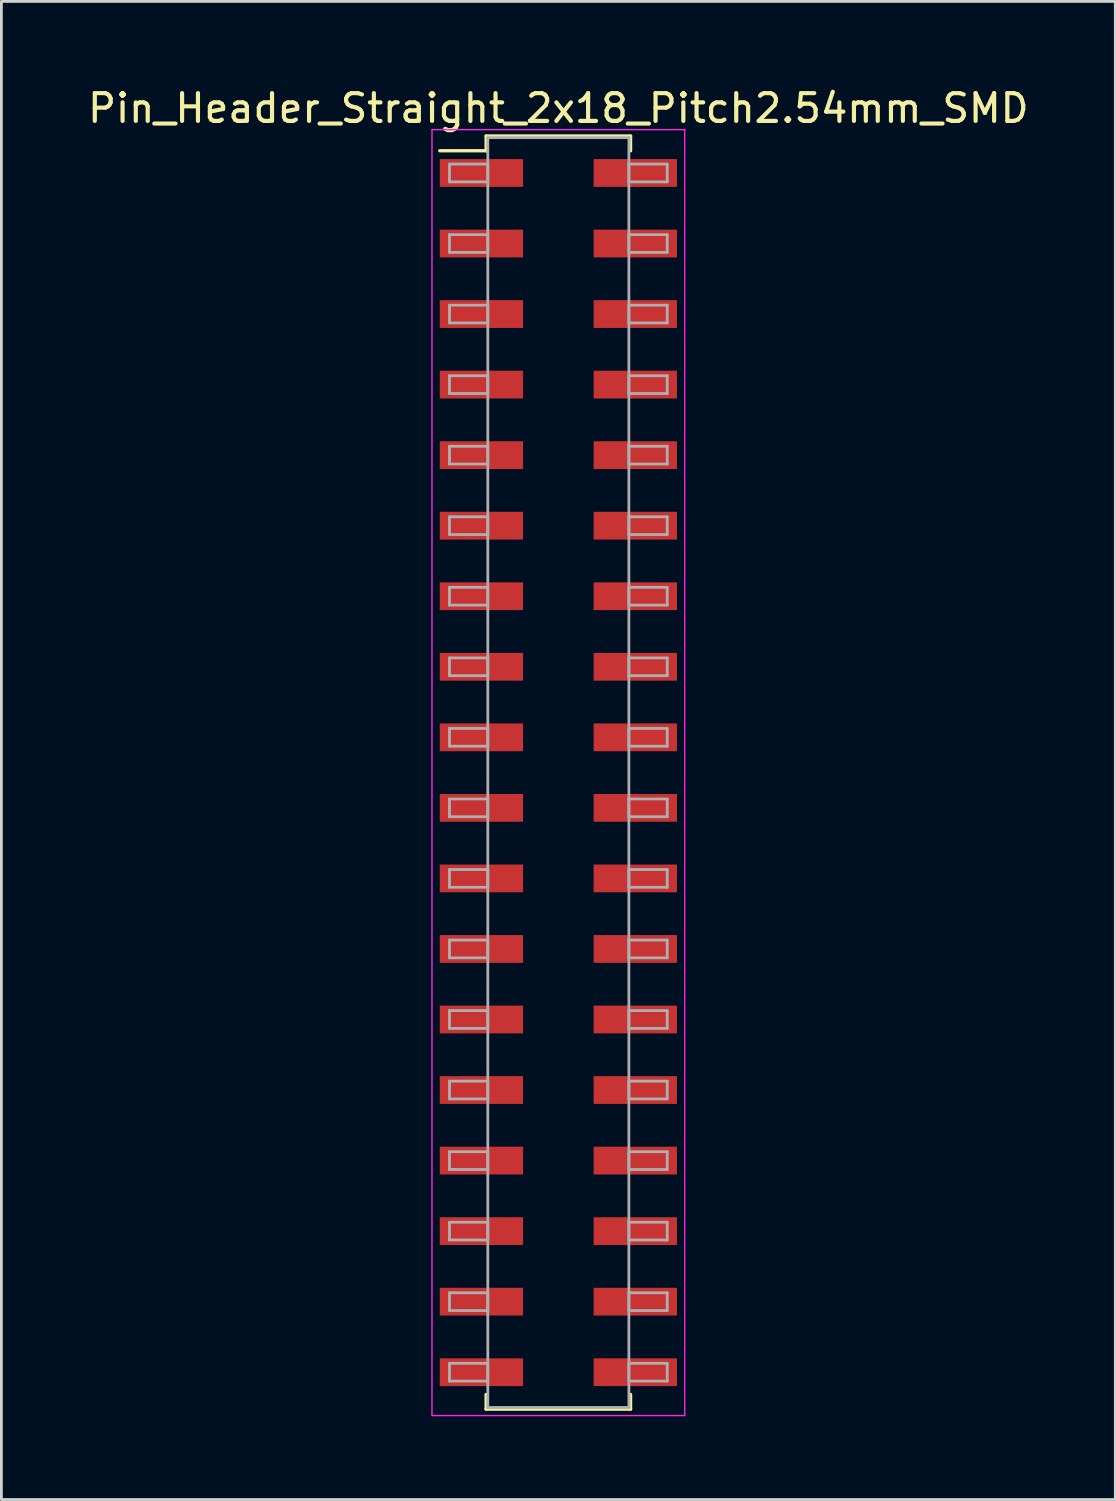
<source format=kicad_pcb>
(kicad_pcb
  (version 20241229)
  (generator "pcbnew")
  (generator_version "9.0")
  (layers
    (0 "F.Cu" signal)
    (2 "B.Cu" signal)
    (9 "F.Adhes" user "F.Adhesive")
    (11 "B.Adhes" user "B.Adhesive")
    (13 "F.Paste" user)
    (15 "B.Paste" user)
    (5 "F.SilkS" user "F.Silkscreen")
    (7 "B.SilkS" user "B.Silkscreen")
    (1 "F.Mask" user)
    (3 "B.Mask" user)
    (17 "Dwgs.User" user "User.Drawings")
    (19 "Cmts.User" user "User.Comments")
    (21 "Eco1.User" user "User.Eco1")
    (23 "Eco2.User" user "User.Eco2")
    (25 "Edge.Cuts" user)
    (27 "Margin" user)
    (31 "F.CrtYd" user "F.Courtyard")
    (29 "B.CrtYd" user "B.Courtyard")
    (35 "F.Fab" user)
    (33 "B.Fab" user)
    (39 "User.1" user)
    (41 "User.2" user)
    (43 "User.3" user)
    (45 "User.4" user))
  (footprint "Pin_Header_Straight_2x18_Pitch2.54mm_SMD"
    (layer "F.Cu")
    (at 17.054 24.768)
    (property "Reference" "Pin_Header_Straight_2x18_Pitch2.54mm_SMD" (at 0 -23.92 0) (layer "F.SilkS") (effects (font (size 1 1) (thickness 0.15))))
    (attr smd)
    (fp_line (start -4.27 -22.39) (end -2.6 -22.39) (stroke (width 0.12) (type solid)) (layer "F.SilkS"))
    (fp_line (start -2.6 -22.92) (end 2.6 -22.92) (stroke (width 0.12) (type solid)) (layer "F.SilkS"))
    (fp_line (start -2.6 -22.39) (end -2.6 -22.92) (stroke (width 0.12) (type solid)) (layer "F.SilkS"))
    (fp_line (start -2.6 22.39) (end -2.6 22.92) (stroke (width 0.12) (type solid)) (layer "F.SilkS"))
    (fp_line (start -2.6 22.92) (end 2.6 22.92) (stroke (width 0.12) (type solid)) (layer "F.SilkS"))
    (fp_line (start 2.6 -22.92) (end 2.6 -22.39) (stroke (width 0.12) (type solid)) (layer "F.SilkS"))
    (fp_line (start 2.6 22.92) (end 2.6 22.39) (stroke (width 0.12) (type solid)) (layer "F.SilkS"))
    (fp_line (start -4.55 -23.15) (end -4.55 23.15) (stroke (width 0.05) (type solid)) (layer "F.CrtYd"))
    (fp_line (start -4.55 23.15) (end 4.55 23.15) (stroke (width 0.05) (type solid)) (layer "F.CrtYd"))
    (fp_line (start 4.55 -23.15) (end -4.55 -23.15) (stroke (width 0.05) (type solid)) (layer "F.CrtYd"))
    (fp_line (start 4.55 23.15) (end 4.55 -23.15) (stroke (width 0.05) (type solid)) (layer "F.CrtYd"))
    (fp_line (start -3.92 -21.91) (end -2.54 -21.91) (stroke (width 0.1) (type solid)) (layer "F.Fab"))
    (fp_line (start -3.92 -21.27) (end -3.92 -21.91) (stroke (width 0.1) (type solid)) (layer "F.Fab"))
    (fp_line (start -3.92 -19.37) (end -2.54 -19.37) (stroke (width 0.1) (type solid)) (layer "F.Fab"))
    (fp_line (start -3.92 -18.73) (end -3.92 -19.37) (stroke (width 0.1) (type solid)) (layer "F.Fab"))
    (fp_line (start -3.92 -16.83) (end -2.54 -16.83) (stroke (width 0.1) (type solid)) (layer "F.Fab"))
    (fp_line (start -3.92 -16.19) (end -3.92 -16.83) (stroke (width 0.1) (type solid)) (layer "F.Fab"))
    (fp_line (start -3.92 -14.29) (end -2.54 -14.29) (stroke (width 0.1) (type solid)) (layer "F.Fab"))
    (fp_line (start -3.92 -13.65) (end -3.92 -14.29) (stroke (width 0.1) (type solid)) (layer "F.Fab"))
    (fp_line (start -3.92 -11.75) (end -2.54 -11.75) (stroke (width 0.1) (type solid)) (layer "F.Fab"))
    (fp_line (start -3.92 -11.11) (end -3.92 -11.75) (stroke (width 0.1) (type solid)) (layer "F.Fab"))
    (fp_line (start -3.92 -9.21) (end -2.54 -9.21) (stroke (width 0.1) (type solid)) (layer "F.Fab"))
    (fp_line (start -3.92 -8.57) (end -3.92 -9.21) (stroke (width 0.1) (type solid)) (layer "F.Fab"))
    (fp_line (start -3.92 -6.67) (end -2.54 -6.67) (stroke (width 0.1) (type solid)) (layer "F.Fab"))
    (fp_line (start -3.92 -6.03) (end -3.92 -6.67) (stroke (width 0.1) (type solid)) (layer "F.Fab"))
    (fp_line (start -3.92 -4.13) (end -2.54 -4.13) (stroke (width 0.1) (type solid)) (layer "F.Fab"))
    (fp_line (start -3.92 -3.49) (end -3.92 -4.13) (stroke (width 0.1) (type solid)) (layer "F.Fab"))
    (fp_line (start -3.92 -1.59) (end -2.54 -1.59) (stroke (width 0.1) (type solid)) (layer "F.Fab"))
    (fp_line (start -3.92 -0.95) (end -3.92 -1.59) (stroke (width 0.1) (type solid)) (layer "F.Fab"))
    (fp_line (start -3.92 0.95) (end -2.54 0.95) (stroke (width 0.1) (type solid)) (layer "F.Fab"))
    (fp_line (start -3.92 1.59) (end -3.92 0.95) (stroke (width 0.1) (type solid)) (layer "F.Fab"))
    (fp_line (start -3.92 3.49) (end -2.54 3.49) (stroke (width 0.1) (type solid)) (layer "F.Fab"))
    (fp_line (start -3.92 4.13) (end -3.92 3.49) (stroke (width 0.1) (type solid)) (layer "F.Fab"))
    (fp_line (start -3.92 6.03) (end -2.54 6.03) (stroke (width 0.1) (type solid)) (layer "F.Fab"))
    (fp_line (start -3.92 6.67) (end -3.92 6.03) (stroke (width 0.1) (type solid)) (layer "F.Fab"))
    (fp_line (start -3.92 8.57) (end -2.54 8.57) (stroke (width 0.1) (type solid)) (layer "F.Fab"))
    (fp_line (start -3.92 9.21) (end -3.92 8.57) (stroke (width 0.1) (type solid)) (layer "F.Fab"))
    (fp_line (start -3.92 11.11) (end -2.54 11.11) (stroke (width 0.1) (type solid)) (layer "F.Fab"))
    (fp_line (start -3.92 11.75) (end -3.92 11.11) (stroke (width 0.1) (type solid)) (layer "F.Fab"))
    (fp_line (start -3.92 13.65) (end -2.54 13.65) (stroke (width 0.1) (type solid)) (layer "F.Fab"))
    (fp_line (start -3.92 14.29) (end -3.92 13.65) (stroke (width 0.1) (type solid)) (layer "F.Fab"))
    (fp_line (start -3.92 16.19) (end -2.54 16.19) (stroke (width 0.1) (type solid)) (layer "F.Fab"))
    (fp_line (start -3.92 16.83) (end -3.92 16.19) (stroke (width 0.1) (type solid)) (layer "F.Fab"))
    (fp_line (start -3.92 18.73) (end -2.54 18.73) (stroke (width 0.1) (type solid)) (layer "F.Fab"))
    (fp_line (start -3.92 19.37) (end -3.92 18.73) (stroke (width 0.1) (type solid)) (layer "F.Fab"))
    (fp_line (start -3.92 21.27) (end -2.54 21.27) (stroke (width 0.1) (type solid)) (layer "F.Fab"))
    (fp_line (start -3.92 21.91) (end -3.92 21.27) (stroke (width 0.1) (type solid)) (layer "F.Fab"))
    (fp_line (start -2.54 -22.86) (end -2.54 22.86) (stroke (width 0.1) (type solid)) (layer "F.Fab"))
    (fp_line (start -2.54 -21.91) (end -2.54 -21.27) (stroke (width 0.1) (type solid)) (layer "F.Fab"))
    (fp_line (start -2.54 -21.27) (end -3.92 -21.27) (stroke (width 0.1) (type solid)) (layer "F.Fab"))
    (fp_line (start -2.54 -19.37) (end -2.54 -18.73) (stroke (width 0.1) (type solid)) (layer "F.Fab"))
    (fp_line (start -2.54 -18.73) (end -3.92 -18.73) (stroke (width 0.1) (type solid)) (layer "F.Fab"))
    (fp_line (start -2.54 -16.83) (end -2.54 -16.19) (stroke (width 0.1) (type solid)) (layer "F.Fab"))
    (fp_line (start -2.54 -16.19) (end -3.92 -16.19) (stroke (width 0.1) (type solid)) (layer "F.Fab"))
    (fp_line (start -2.54 -14.29) (end -2.54 -13.65) (stroke (width 0.1) (type solid)) (layer "F.Fab"))
    (fp_line (start -2.54 -13.65) (end -3.92 -13.65) (stroke (width 0.1) (type solid)) (layer "F.Fab"))
    (fp_line (start -2.54 -11.75) (end -2.54 -11.11) (stroke (width 0.1) (type solid)) (layer "F.Fab"))
    (fp_line (start -2.54 -11.11) (end -3.92 -11.11) (stroke (width 0.1) (type solid)) (layer "F.Fab"))
    (fp_line (start -2.54 -9.21) (end -2.54 -8.57) (stroke (width 0.1) (type solid)) (layer "F.Fab"))
    (fp_line (start -2.54 -8.57) (end -3.92 -8.57) (stroke (width 0.1) (type solid)) (layer "F.Fab"))
    (fp_line (start -2.54 -6.67) (end -2.54 -6.03) (stroke (width 0.1) (type solid)) (layer "F.Fab"))
    (fp_line (start -2.54 -6.03) (end -3.92 -6.03) (stroke (width 0.1) (type solid)) (layer "F.Fab"))
    (fp_line (start -2.54 -4.13) (end -2.54 -3.49) (stroke (width 0.1) (type solid)) (layer "F.Fab"))
    (fp_line (start -2.54 -3.49) (end -3.92 -3.49) (stroke (width 0.1) (type solid)) (layer "F.Fab"))
    (fp_line (start -2.54 -1.59) (end -2.54 -0.95) (stroke (width 0.1) (type solid)) (layer "F.Fab"))
    (fp_line (start -2.54 -0.95) (end -3.92 -0.95) (stroke (width 0.1) (type solid)) (layer "F.Fab"))
    (fp_line (start -2.54 0.95) (end -2.54 1.59) (stroke (width 0.1) (type solid)) (layer "F.Fab"))
    (fp_line (start -2.54 1.59) (end -3.92 1.59) (stroke (width 0.1) (type solid)) (layer "F.Fab"))
    (fp_line (start -2.54 3.49) (end -2.54 4.13) (stroke (width 0.1) (type solid)) (layer "F.Fab"))
    (fp_line (start -2.54 4.13) (end -3.92 4.13) (stroke (width 0.1) (type solid)) (layer "F.Fab"))
    (fp_line (start -2.54 6.03) (end -2.54 6.67) (stroke (width 0.1) (type solid)) (layer "F.Fab"))
    (fp_line (start -2.54 6.67) (end -3.92 6.67) (stroke (width 0.1) (type solid)) (layer "F.Fab"))
    (fp_line (start -2.54 8.57) (end -2.54 9.21) (stroke (width 0.1) (type solid)) (layer "F.Fab"))
    (fp_line (start -2.54 9.21) (end -3.92 9.21) (stroke (width 0.1) (type solid)) (layer "F.Fab"))
    (fp_line (start -2.54 11.11) (end -2.54 11.75) (stroke (width 0.1) (type solid)) (layer "F.Fab"))
    (fp_line (start -2.54 11.75) (end -3.92 11.75) (stroke (width 0.1) (type solid)) (layer "F.Fab"))
    (fp_line (start -2.54 13.65) (end -2.54 14.29) (stroke (width 0.1) (type solid)) (layer "F.Fab"))
    (fp_line (start -2.54 14.29) (end -3.92 14.29) (stroke (width 0.1) (type solid)) (layer "F.Fab"))
    (fp_line (start -2.54 16.19) (end -2.54 16.83) (stroke (width 0.1) (type solid)) (layer "F.Fab"))
    (fp_line (start -2.54 16.83) (end -3.92 16.83) (stroke (width 0.1) (type solid)) (layer "F.Fab"))
    (fp_line (start -2.54 18.73) (end -2.54 19.37) (stroke (width 0.1) (type solid)) (layer "F.Fab"))
    (fp_line (start -2.54 19.37) (end -3.92 19.37) (stroke (width 0.1) (type solid)) (layer "F.Fab"))
    (fp_line (start -2.54 21.27) (end -2.54 21.91) (stroke (width 0.1) (type solid)) (layer "F.Fab"))
    (fp_line (start -2.54 21.91) (end -3.92 21.91) (stroke (width 0.1) (type solid)) (layer "F.Fab"))
    (fp_line (start -2.54 22.86) (end 2.54 22.86) (stroke (width 0.1) (type solid)) (layer "F.Fab"))
    (fp_line (start 2.54 -22.86) (end -2.54 -22.86) (stroke (width 0.1) (type solid)) (layer "F.Fab"))
    (fp_line (start 2.54 -21.91) (end 2.54 -21.27) (stroke (width 0.1) (type solid)) (layer "F.Fab"))
    (fp_line (start 2.54 -21.27) (end 3.92 -21.27) (stroke (width 0.1) (type solid)) (layer "F.Fab"))
    (fp_line (start 2.54 -19.37) (end 2.54 -18.73) (stroke (width 0.1) (type solid)) (layer "F.Fab"))
    (fp_line (start 2.54 -18.73) (end 3.92 -18.73) (stroke (width 0.1) (type solid)) (layer "F.Fab"))
    (fp_line (start 2.54 -16.83) (end 2.54 -16.19) (stroke (width 0.1) (type solid)) (layer "F.Fab"))
    (fp_line (start 2.54 -16.19) (end 3.92 -16.19) (stroke (width 0.1) (type solid)) (layer "F.Fab"))
    (fp_line (start 2.54 -14.29) (end 2.54 -13.65) (stroke (width 0.1) (type solid)) (layer "F.Fab"))
    (fp_line (start 2.54 -13.65) (end 3.92 -13.65) (stroke (width 0.1) (type solid)) (layer "F.Fab"))
    (fp_line (start 2.54 -11.75) (end 2.54 -11.11) (stroke (width 0.1) (type solid)) (layer "F.Fab"))
    (fp_line (start 2.54 -11.11) (end 3.92 -11.11) (stroke (width 0.1) (type solid)) (layer "F.Fab"))
    (fp_line (start 2.54 -9.21) (end 2.54 -8.57) (stroke (width 0.1) (type solid)) (layer "F.Fab"))
    (fp_line (start 2.54 -8.57) (end 3.92 -8.57) (stroke (width 0.1) (type solid)) (layer "F.Fab"))
    (fp_line (start 2.54 -6.67) (end 2.54 -6.03) (stroke (width 0.1) (type solid)) (layer "F.Fab"))
    (fp_line (start 2.54 -6.03) (end 3.92 -6.03) (stroke (width 0.1) (type solid)) (layer "F.Fab"))
    (fp_line (start 2.54 -4.13) (end 2.54 -3.49) (stroke (width 0.1) (type solid)) (layer "F.Fab"))
    (fp_line (start 2.54 -3.49) (end 3.92 -3.49) (stroke (width 0.1) (type solid)) (layer "F.Fab"))
    (fp_line (start 2.54 -1.59) (end 2.54 -0.95) (stroke (width 0.1) (type solid)) (layer "F.Fab"))
    (fp_line (start 2.54 -0.95) (end 3.92 -0.95) (stroke (width 0.1) (type solid)) (layer "F.Fab"))
    (fp_line (start 2.54 0.95) (end 2.54 1.59) (stroke (width 0.1) (type solid)) (layer "F.Fab"))
    (fp_line (start 2.54 1.59) (end 3.92 1.59) (stroke (width 0.1) (type solid)) (layer "F.Fab"))
    (fp_line (start 2.54 3.49) (end 2.54 4.13) (stroke (width 0.1) (type solid)) (layer "F.Fab"))
    (fp_line (start 2.54 4.13) (end 3.92 4.13) (stroke (width 0.1) (type solid)) (layer "F.Fab"))
    (fp_line (start 2.54 6.03) (end 2.54 6.67) (stroke (width 0.1) (type solid)) (layer "F.Fab"))
    (fp_line (start 2.54 6.67) (end 3.92 6.67) (stroke (width 0.1) (type solid)) (layer "F.Fab"))
    (fp_line (start 2.54 8.57) (end 2.54 9.21) (stroke (width 0.1) (type solid)) (layer "F.Fab"))
    (fp_line (start 2.54 9.21) (end 3.92 9.21) (stroke (width 0.1) (type solid)) (layer "F.Fab"))
    (fp_line (start 2.54 11.11) (end 2.54 11.75) (stroke (width 0.1) (type solid)) (layer "F.Fab"))
    (fp_line (start 2.54 11.75) (end 3.92 11.75) (stroke (width 0.1) (type solid)) (layer "F.Fab"))
    (fp_line (start 2.54 13.65) (end 2.54 14.29) (stroke (width 0.1) (type solid)) (layer "F.Fab"))
    (fp_line (start 2.54 14.29) (end 3.92 14.29) (stroke (width 0.1) (type solid)) (layer "F.Fab"))
    (fp_line (start 2.54 16.19) (end 2.54 16.83) (stroke (width 0.1) (type solid)) (layer "F.Fab"))
    (fp_line (start 2.54 16.83) (end 3.92 16.83) (stroke (width 0.1) (type solid)) (layer "F.Fab"))
    (fp_line (start 2.54 18.73) (end 2.54 19.37) (stroke (width 0.1) (type solid)) (layer "F.Fab"))
    (fp_line (start 2.54 19.37) (end 3.92 19.37) (stroke (width 0.1) (type solid)) (layer "F.Fab"))
    (fp_line (start 2.54 21.27) (end 2.54 21.91) (stroke (width 0.1) (type solid)) (layer "F.Fab"))
    (fp_line (start 2.54 21.91) (end 3.92 21.91) (stroke (width 0.1) (type solid)) (layer "F.Fab"))
    (fp_line (start 2.54 22.86) (end 2.54 -22.86) (stroke (width 0.1) (type solid)) (layer "F.Fab"))
    (fp_line (start 3.92 -21.91) (end 2.54 -21.91) (stroke (width 0.1) (type solid)) (layer "F.Fab"))
    (fp_line (start 3.92 -21.27) (end 3.92 -21.91) (stroke (width 0.1) (type solid)) (layer "F.Fab"))
    (fp_line (start 3.92 -19.37) (end 2.54 -19.37) (stroke (width 0.1) (type solid)) (layer "F.Fab"))
    (fp_line (start 3.92 -18.73) (end 3.92 -19.37) (stroke (width 0.1) (type solid)) (layer "F.Fab"))
    (fp_line (start 3.92 -16.83) (end 2.54 -16.83) (stroke (width 0.1) (type solid)) (layer "F.Fab"))
    (fp_line (start 3.92 -16.19) (end 3.92 -16.83) (stroke (width 0.1) (type solid)) (layer "F.Fab"))
    (fp_line (start 3.92 -14.29) (end 2.54 -14.29) (stroke (width 0.1) (type solid)) (layer "F.Fab"))
    (fp_line (start 3.92 -13.65) (end 3.92 -14.29) (stroke (width 0.1) (type solid)) (layer "F.Fab"))
    (fp_line (start 3.92 -11.75) (end 2.54 -11.75) (stroke (width 0.1) (type solid)) (layer "F.Fab"))
    (fp_line (start 3.92 -11.11) (end 3.92 -11.75) (stroke (width 0.1) (type solid)) (layer "F.Fab"))
    (fp_line (start 3.92 -9.21) (end 2.54 -9.21) (stroke (width 0.1) (type solid)) (layer "F.Fab"))
    (fp_line (start 3.92 -8.57) (end 3.92 -9.21) (stroke (width 0.1) (type solid)) (layer "F.Fab"))
    (fp_line (start 3.92 -6.67) (end 2.54 -6.67) (stroke (width 0.1) (type solid)) (layer "F.Fab"))
    (fp_line (start 3.92 -6.03) (end 3.92 -6.67) (stroke (width 0.1) (type solid)) (layer "F.Fab"))
    (fp_line (start 3.92 -4.13) (end 2.54 -4.13) (stroke (width 0.1) (type solid)) (layer "F.Fab"))
    (fp_line (start 3.92 -3.49) (end 3.92 -4.13) (stroke (width 0.1) (type solid)) (layer "F.Fab"))
    (fp_line (start 3.92 -1.59) (end 2.54 -1.59) (stroke (width 0.1) (type solid)) (layer "F.Fab"))
    (fp_line (start 3.92 -0.95) (end 3.92 -1.59) (stroke (width 0.1) (type solid)) (layer "F.Fab"))
    (fp_line (start 3.92 0.95) (end 2.54 0.95) (stroke (width 0.1) (type solid)) (layer "F.Fab"))
    (fp_line (start 3.92 1.59) (end 3.92 0.95) (stroke (width 0.1) (type solid)) (layer "F.Fab"))
    (fp_line (start 3.92 3.49) (end 2.54 3.49) (stroke (width 0.1) (type solid)) (layer "F.Fab"))
    (fp_line (start 3.92 4.13) (end 3.92 3.49) (stroke (width 0.1) (type solid)) (layer "F.Fab"))
    (fp_line (start 3.92 6.03) (end 2.54 6.03) (stroke (width 0.1) (type solid)) (layer "F.Fab"))
    (fp_line (start 3.92 6.67) (end 3.92 6.03) (stroke (width 0.1) (type solid)) (layer "F.Fab"))
    (fp_line (start 3.92 8.57) (end 2.54 8.57) (stroke (width 0.1) (type solid)) (layer "F.Fab"))
    (fp_line (start 3.92 9.21) (end 3.92 8.57) (stroke (width 0.1) (type solid)) (layer "F.Fab"))
    (fp_line (start 3.92 11.11) (end 2.54 11.11) (stroke (width 0.1) (type solid)) (layer "F.Fab"))
    (fp_line (start 3.92 11.75) (end 3.92 11.11) (stroke (width 0.1) (type solid)) (layer "F.Fab"))
    (fp_line (start 3.92 13.65) (end 2.54 13.65) (stroke (width 0.1) (type solid)) (layer "F.Fab"))
    (fp_line (start 3.92 14.29) (end 3.92 13.65) (stroke (width 0.1) (type solid)) (layer "F.Fab"))
    (fp_line (start 3.92 16.19) (end 2.54 16.19) (stroke (width 0.1) (type solid)) (layer "F.Fab"))
    (fp_line (start 3.92 16.83) (end 3.92 16.19) (stroke (width 0.1) (type solid)) (layer "F.Fab"))
    (fp_line (start 3.92 18.73) (end 2.54 18.73) (stroke (width 0.1) (type solid)) (layer "F.Fab"))
    (fp_line (start 3.92 19.37) (end 3.92 18.73) (stroke (width 0.1) (type solid)) (layer "F.Fab"))
    (fp_line (start 3.92 21.27) (end 2.54 21.27) (stroke (width 0.1) (type solid)) (layer "F.Fab"))
    (fp_line (start 3.92 21.91) (end 3.92 21.27) (stroke (width 0.1) (type solid)) (layer "F.Fab"))
    (pad "1" smd rect (at -2.77 -21.59) (size 3 1) (layers "F.Cu" "F.Mask"))
    (pad "2" smd rect (at 2.77 -21.59) (size 3 1) (layers "F.Cu" "F.Mask"))
    (pad "3" smd rect (at -2.77 -19.05) (size 3 1) (layers "F.Cu" "F.Mask"))
    (pad "4" smd rect (at 2.77 -19.05) (size 3 1) (layers "F.Cu" "F.Mask"))
    (pad "5" smd rect (at -2.77 -16.51) (size 3 1) (layers "F.Cu" "F.Mask"))
    (pad "6" smd rect (at 2.77 -16.51) (size 3 1) (layers "F.Cu" "F.Mask"))
    (pad "7" smd rect (at -2.77 -13.97) (size 3 1) (layers "F.Cu" "F.Mask"))
    (pad "8" smd rect (at 2.77 -13.97) (size 3 1) (layers "F.Cu" "F.Mask"))
    (pad "9" smd rect (at -2.77 -11.43) (size 3 1) (layers "F.Cu" "F.Mask"))
    (pad "10" smd rect (at 2.77 -11.43) (size 3 1) (layers "F.Cu" "F.Mask"))
    (pad "11" smd rect (at -2.77 -8.89) (size 3 1) (layers "F.Cu" "F.Mask"))
    (pad "12" smd rect (at 2.77 -8.89) (size 3 1) (layers "F.Cu" "F.Mask"))
    (pad "13" smd rect (at -2.77 -6.35) (size 3 1) (layers "F.Cu" "F.Mask"))
    (pad "14" smd rect (at 2.77 -6.35) (size 3 1) (layers "F.Cu" "F.Mask"))
    (pad "15" smd rect (at -2.77 -3.81) (size 3 1) (layers "F.Cu" "F.Mask"))
    (pad "16" smd rect (at 2.77 -3.81) (size 3 1) (layers "F.Cu" "F.Mask"))
    (pad "17" smd rect (at -2.77 -1.27) (size 3 1) (layers "F.Cu" "F.Mask"))
    (pad "18" smd rect (at 2.77 -1.27) (size 3 1) (layers "F.Cu" "F.Mask"))
    (pad "19" smd rect (at -2.77 1.27) (size 3 1) (layers "F.Cu" "F.Mask"))
    (pad "20" smd rect (at 2.77 1.27) (size 3 1) (layers "F.Cu" "F.Mask"))
    (pad "21" smd rect (at -2.77 3.81) (size 3 1) (layers "F.Cu" "F.Mask"))
    (pad "22" smd rect (at 2.77 3.81) (size 3 1) (layers "F.Cu" "F.Mask"))
    (pad "23" smd rect (at -2.77 6.35) (size 3 1) (layers "F.Cu" "F.Mask"))
    (pad "24" smd rect (at 2.77 6.35) (size 3 1) (layers "F.Cu" "F.Mask"))
    (pad "25" smd rect (at -2.77 8.89) (size 3 1) (layers "F.Cu" "F.Mask"))
    (pad "26" smd rect (at 2.77 8.89) (size 3 1) (layers "F.Cu" "F.Mask"))
    (pad "27" smd rect (at -2.77 11.43) (size 3 1) (layers "F.Cu" "F.Mask"))
    (pad "28" smd rect (at 2.77 11.43) (size 3 1) (layers "F.Cu" "F.Mask"))
    (pad "29" smd rect (at -2.77 13.97) (size 3 1) (layers "F.Cu" "F.Mask"))
    (pad "30" smd rect (at 2.77 13.97) (size 3 1) (layers "F.Cu" "F.Mask"))
    (pad "31" smd rect (at -2.77 16.51) (size 3 1) (layers "F.Cu" "F.Mask"))
    (pad "32" smd rect (at 2.77 16.51) (size 3 1) (layers "F.Cu" "F.Mask"))
    (pad "33" smd rect (at -2.77 19.05) (size 3 1) (layers "F.Cu" "F.Mask"))
    (pad "34" smd rect (at 2.77 19.05) (size 3 1) (layers "F.Cu" "F.Mask"))
    (pad "35" smd rect (at -2.77 21.59) (size 3 1) (layers "F.Cu" "F.Mask"))
    (pad "36" smd rect (at 2.77 21.59) (size 3 1) (layers "F.Cu" "F.Mask")))
  (gr_rect
    (start -3 -3)
    (end 37.107 50.943)
    (stroke (width 0.1) (type default))
    (fill no)
    (layer "Edge.Cuts")))
</source>
